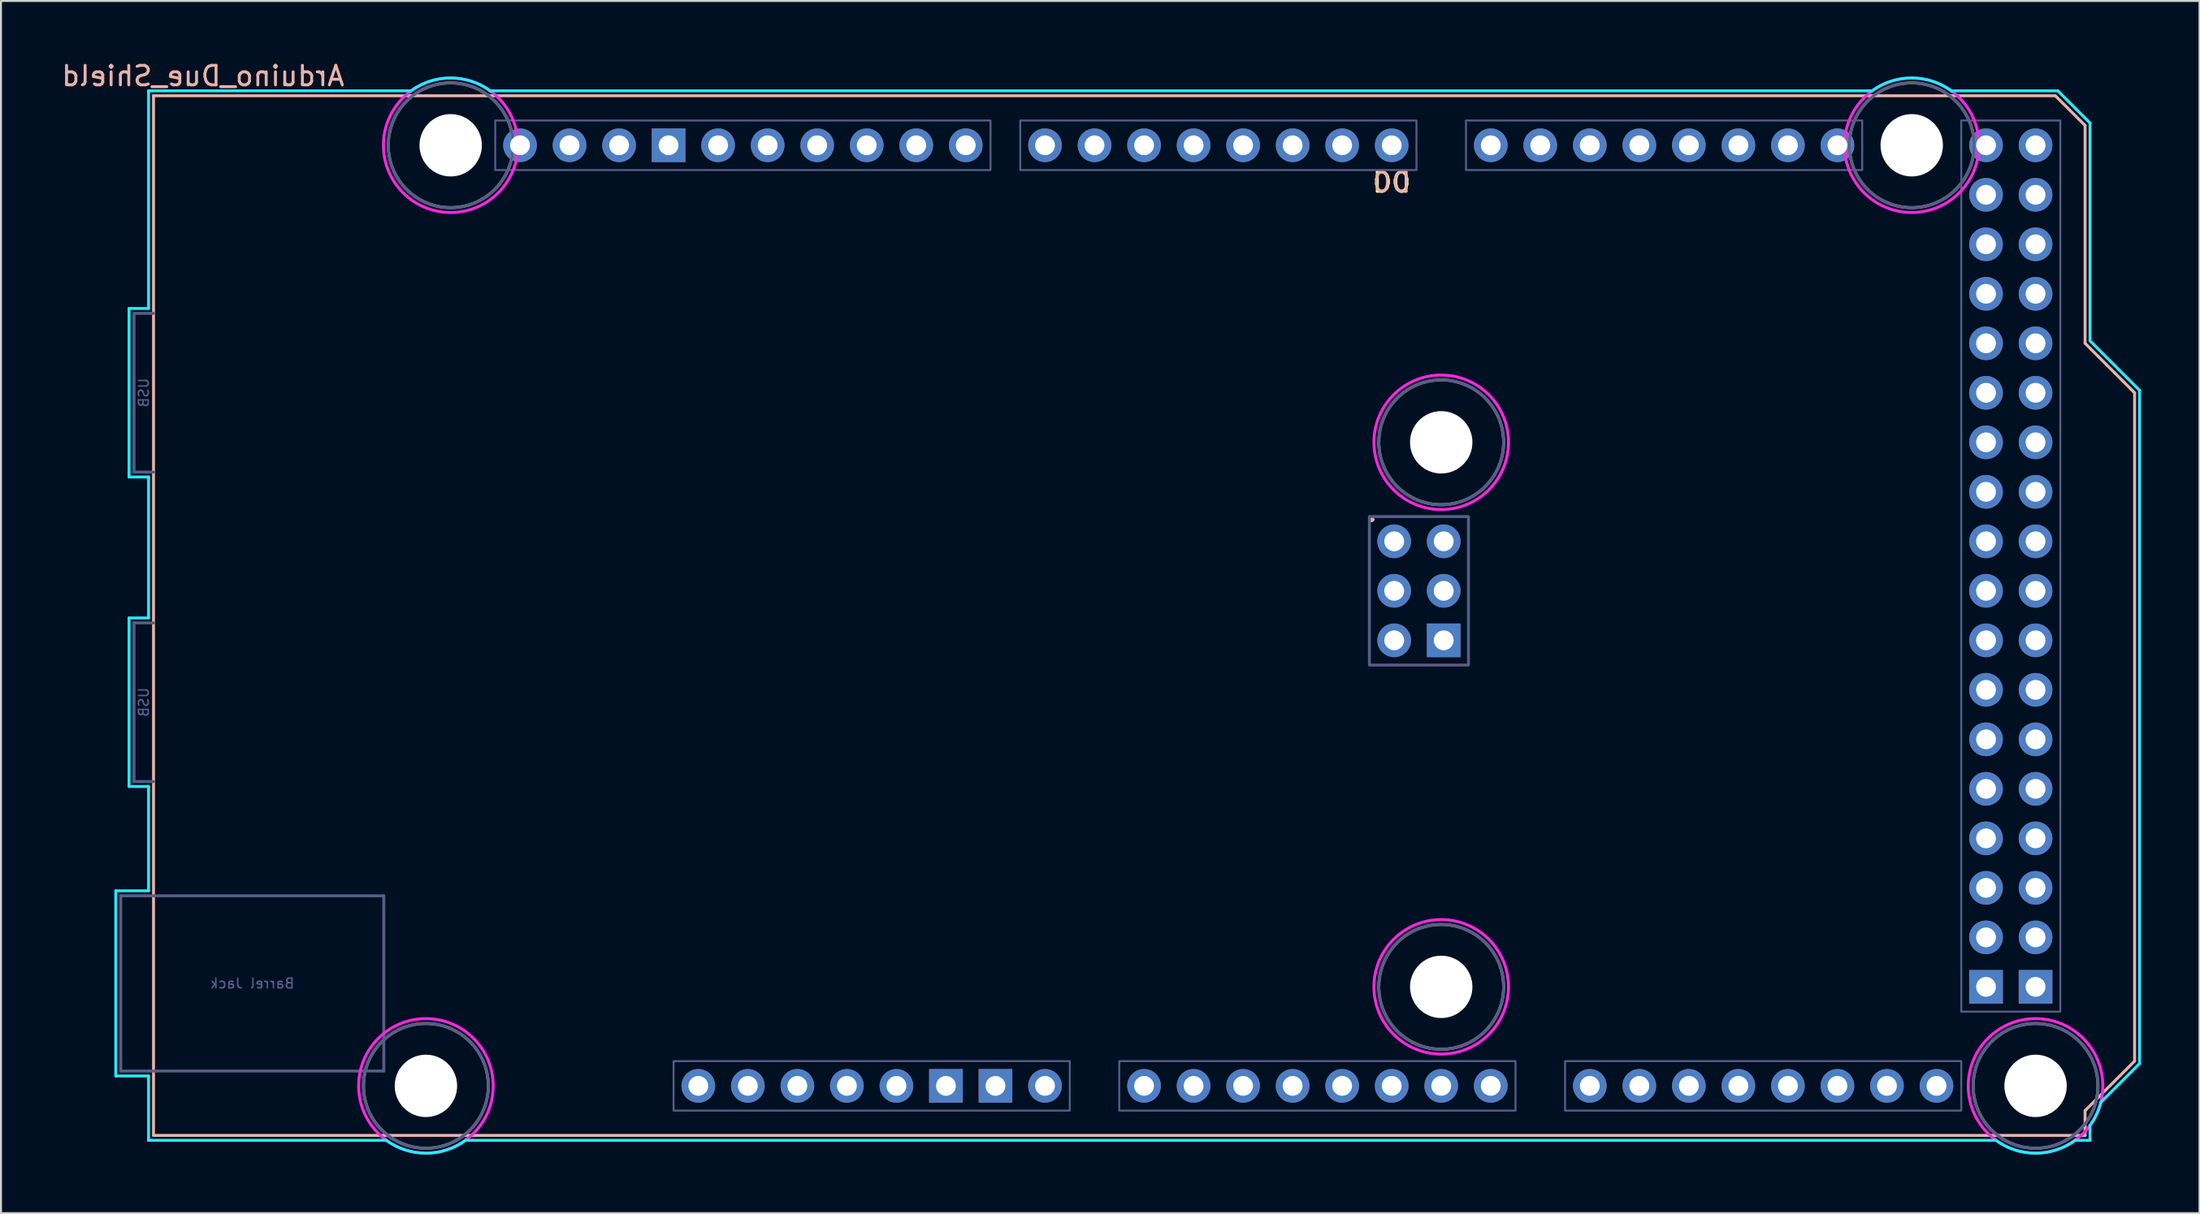
<source format=kicad_pcb>
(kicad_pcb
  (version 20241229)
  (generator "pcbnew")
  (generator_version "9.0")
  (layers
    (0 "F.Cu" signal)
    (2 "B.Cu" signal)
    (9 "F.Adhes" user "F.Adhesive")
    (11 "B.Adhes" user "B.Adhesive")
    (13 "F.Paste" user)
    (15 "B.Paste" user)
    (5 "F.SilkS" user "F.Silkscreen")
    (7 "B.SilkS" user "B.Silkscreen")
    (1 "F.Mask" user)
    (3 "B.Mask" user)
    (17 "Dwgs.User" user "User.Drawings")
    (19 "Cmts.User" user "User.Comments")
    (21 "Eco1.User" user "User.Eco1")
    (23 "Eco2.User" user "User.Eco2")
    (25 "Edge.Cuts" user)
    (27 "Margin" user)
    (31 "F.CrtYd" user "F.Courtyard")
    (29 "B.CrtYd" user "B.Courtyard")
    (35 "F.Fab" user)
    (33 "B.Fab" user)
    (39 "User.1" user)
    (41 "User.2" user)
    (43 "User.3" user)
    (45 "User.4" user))
  (footprint "Arduino_Due_Shield"
    (layer "F.Cu")
    (at 4.823 55.204)
    (property "Reference" "Arduino_Due_Shield" (at 2.54 -54.356 0) (layer "B.SilkS") (effects (font (size 1 1) (thickness 0.15)) (justify mirror)))
    (attr through_hole)
    (fp_line (start 0 -53.34) (end 0 0) (stroke (width 0.15) (type solid)) (layer "B.SilkS"))
    (fp_line (start 0 -53.34) (end 97.536 -53.34) (stroke (width 0.15) (type solid)) (layer "B.SilkS"))
    (fp_line (start 0 0) (end 99.06 0) (stroke (width 0.15) (type solid)) (layer "B.SilkS"))
    (fp_line (start 97.536 -53.34) (end 99.06 -51.816) (stroke (width 0.15) (type solid)) (layer "B.SilkS"))
    (fp_line (start 99.06 -40.64) (end 99.06 -51.816) (stroke (width 0.15) (type solid)) (layer "B.SilkS"))
    (fp_line (start 99.06 -1.27) (end 101.6 -3.81) (stroke (width 0.15) (type solid)) (layer "B.SilkS"))
    (fp_line (start 99.06 0) (end 99.06 -1.27) (stroke (width 0.15) (type solid)) (layer "B.SilkS"))
    (fp_line (start 101.6 -38.1) (end 99.06 -40.64) (stroke (width 0.15) (type solid)) (layer "B.SilkS"))
    (fp_line (start 101.6 -3.81) (end 101.6 -38.1) (stroke (width 0.15) (type solid)) (layer "B.SilkS"))
    (fp_line (start -1.934 -12.548) (end -1.934 -3.049) (stroke (width 0.15) (type solid)) (layer "B.CrtYd"))
    (fp_line (start -1.934 -12.548) (end -0.254 -12.548) (stroke (width 0.15) (type solid)) (layer "B.CrtYd"))
    (fp_line (start -1.934 -3.049) (end -0.254 -3.049) (stroke (width 0.15) (type solid)) (layer "B.CrtYd"))
    (fp_line (start -1.254 -42.428) (end -0.254 -42.428) (stroke (width 0.15) (type solid)) (layer "B.CrtYd"))
    (fp_line (start -1.254 -33.78) (end -1.254 -42.428) (stroke (width 0.15) (type solid)) (layer "B.CrtYd"))
    (fp_line (start -1.254 -33.78) (end -0.254 -33.78) (stroke (width 0.15) (type solid)) (layer "B.CrtYd"))
    (fp_line (start -1.254 -26.548) (end -0.254 -26.548) (stroke (width 0.15) (type solid)) (layer "B.CrtYd"))
    (fp_line (start -1.254 -17.9) (end -1.254 -26.548) (stroke (width 0.15) (type solid)) (layer "B.CrtYd"))
    (fp_line (start -1.254 -17.9) (end -0.254 -17.9) (stroke (width 0.15) (type solid)) (layer "B.CrtYd"))
    (fp_line (start -0.254 -53.594) (end -0.254 -42.428) (stroke (width 0.15) (type solid)) (layer "B.CrtYd"))
    (fp_line (start -0.254 -33.78) (end -0.254 -26.548) (stroke (width 0.15) (type solid)) (layer "B.CrtYd"))
    (fp_line (start -0.254 -17.9) (end -0.254 -12.548) (stroke (width 0.15) (type solid)) (layer "B.CrtYd"))
    (fp_line (start -0.254 -3.049) (end -0.254 0.254) (stroke (width 0.15) (type solid)) (layer "B.CrtYd"))
    (fp_line (start 11.938 0.254) (end -0.254 0.254) (stroke (width 0.15) (type solid)) (layer "B.CrtYd"))
    (fp_line (start 13.208 -53.594) (end -0.254 -53.594) (stroke (width 0.15) (type solid)) (layer "B.CrtYd"))
    (fp_line (start 16.002 0.254) (end 94.488 0.254) (stroke (width 0.15) (type solid)) (layer "B.CrtYd"))
    (fp_line (start 17.272 -53.594) (end 88.138 -53.594) (stroke (width 0.15) (type solid)) (layer "B.CrtYd"))
    (fp_line (start 97.663 -53.594) (end 92.202 -53.594) (stroke (width 0.15) (type solid)) (layer "B.CrtYd"))
    (fp_line (start 97.663 -53.594) (end 99.314 -51.943) (stroke (width 0.15) (type solid)) (layer "B.CrtYd"))
    (fp_line (start 99.314 -40.767) (end 99.314 -51.943) (stroke (width 0.15) (type solid)) (layer "B.CrtYd"))
    (fp_line (start 99.314 0.254) (end 98.552 0.254) (stroke (width 0.15) (type solid)) (layer "B.CrtYd"))
    (fp_line (start 99.314 0.254) (end 99.314 -0.508) (stroke (width 0.15) (type solid)) (layer "B.CrtYd"))
    (fp_line (start 99.873 -1.702) (end 101.854 -3.683) (stroke (width 0.15) (type solid)) (layer "B.CrtYd"))
    (fp_line (start 101.854 -38.227) (end 99.314 -40.767) (stroke (width 0.15) (type solid)) (layer "B.CrtYd"))
    (fp_line (start 101.854 -3.683) (end 101.854 -38.227) (stroke (width 0.15) (type solid)) (layer "B.CrtYd"))
    (fp_arc (start 13.208 -53.594) (mid 15.24 -54.254237) (end 17.272 -53.594) (stroke (width 0.15) (type solid)) (layer "B.CrtYd"))
    (fp_arc (start 16.002 0.254) (mid 13.97 0.914237) (end 11.938 0.254) (stroke (width 0.15) (type solid)) (layer "B.CrtYd"))
    (fp_arc (start 88.138 -53.594) (mid 90.17 -54.254237) (end 92.202 -53.594) (stroke (width 0.15) (type solid)) (layer "B.CrtYd"))
    (fp_arc (start 98.552 0.254) (mid 96.52 0.914237) (end 94.488 0.254) (stroke (width 0.15) (type solid)) (layer "B.CrtYd"))
    (fp_arc (start 99.8728 -1.7018) (mid 99.650917 -1.077977) (end 99.314 -0.508) (stroke (width 0.15) (type solid)) (layer "B.CrtYd"))
    (fp_circle (center 13.97 -2.54) (end 17.42 -2.54) (stroke (width 0.15) (type solid)) (fill no) (layer "F.CrtYd"))
    (fp_circle (center 15.24 -50.8) (end 18.69 -50.8) (stroke (width 0.15) (type solid)) (fill no) (layer "F.CrtYd"))
    (fp_circle (center 66.04 -35.56) (end 69.49 -35.56) (stroke (width 0.15) (type solid)) (fill no) (layer "F.CrtYd"))
    (fp_circle (center 66.04 -7.62) (end 69.49 -7.62) (stroke (width 0.15) (type solid)) (fill no) (layer "F.CrtYd"))
    (fp_circle (center 90.17 -50.8) (end 93.62 -50.8) (stroke (width 0.15) (type solid)) (fill no) (layer "F.CrtYd"))
    (fp_circle (center 96.52 -2.54) (end 99.97 -2.54) (stroke (width 0.15) (type solid)) (fill no) (layer "F.CrtYd"))
    (fp_line (start -1.68 -12.294) (end -1.68 -3.303) (stroke (width 0.15) (type solid)) (layer "B.Fab"))
    (fp_line (start -1.68 -12.294) (end 11.81 -12.294) (stroke (width 0.15) (type solid)) (layer "B.Fab"))
    (fp_line (start -1.68 -3.303) (end 11.81 -3.303) (stroke (width 0.15) (type solid)) (layer "B.Fab"))
    (fp_line (start -1 -42.174) (end 0 -42.174) (stroke (width 0.15) (type solid)) (layer "B.Fab"))
    (fp_line (start -1 -34.034) (end -1 -42.174) (stroke (width 0.15) (type solid)) (layer "B.Fab"))
    (fp_line (start -1 -26.294) (end 0 -26.294) (stroke (width 0.15) (type solid)) (layer "B.Fab"))
    (fp_line (start -1 -18.154) (end -1 -26.294) (stroke (width 0.15) (type solid)) (layer "B.Fab"))
    (fp_line (start 0 -34.034) (end -1 -34.034) (stroke (width 0.15) (type solid)) (layer "B.Fab"))
    (fp_line (start 0 -18.154) (end -1 -18.154) (stroke (width 0.15) (type solid)) (layer "B.Fab"))
    (fp_line (start 11.81 -12.294) (end 11.81 -3.303) (stroke (width 0.15) (type solid)) (layer "B.Fab"))
    (fp_rect (start 17.526 -52.07) (end 42.926 -49.53) (stroke (width 0.1) (type solid)) (fill no) (layer "B.Fab"))
    (fp_rect (start 26.67 -3.81) (end 46.99 -1.27) (stroke (width 0.1) (type solid)) (fill no) (layer "B.Fab"))
    (fp_rect (start 44.45 -52.07) (end 64.77 -49.53) (stroke (width 0.1) (type solid)) (fill no) (layer "B.Fab"))
    (fp_rect (start 49.53 -3.81) (end 69.85 -1.27) (stroke (width 0.1) (type solid)) (fill no) (layer "B.Fab"))
    (fp_rect (start 62.357 -31.75) (end 67.437 -24.13) (stroke (width 0.15) (type solid)) (fill no) (layer "B.Fab"))
    (fp_rect (start 67.31 -52.07) (end 87.63 -49.53) (stroke (width 0.1) (type solid)) (fill no) (layer "B.Fab"))
    (fp_rect (start 72.39 -3.81) (end 92.71 -1.27) (stroke (width 0.1) (type solid)) (fill no) (layer "B.Fab"))
    (fp_rect (start 92.71 -52.07) (end 97.79 -6.35) (stroke (width 0.1) (type solid)) (fill no) (layer "B.Fab"))
    (fp_circle (center 13.97 -2.54) (end 17.17 -2.54) (stroke (width 0.15) (type solid)) (fill no) (layer "B.Fab"))
    (fp_circle (center 15.24 -50.8) (end 18.44 -50.8) (stroke (width 0.15) (type solid)) (fill no) (layer "B.Fab"))
    (fp_circle (center 66.04 -35.56) (end 69.24 -35.56) (stroke (width 0.15) (type solid)) (fill no) (layer "B.Fab"))
    (fp_circle (center 66.04 -7.62) (end 69.24 -7.62) (stroke (width 0.15) (type solid)) (fill no) (layer "B.Fab"))
    (fp_circle (center 90.17 -50.8) (end 93.37 -50.8) (stroke (width 0.15) (type solid)) (fill no) (layer "B.Fab"))
    (fp_circle (center 96.52 -2.54) (end 99.72 -2.54) (stroke (width 0.15) (type solid)) (fill no) (layer "B.Fab"))
    (fp_circle (center 13.97 -2.54) (end 17.17 -2.54) (stroke (width 0.15) (type solid)) (fill no) (layer "F.Fab"))
    (fp_circle (center 15.24 -50.8) (end 18.44 -50.8) (stroke (width 0.15) (type solid)) (fill no) (layer "F.Fab"))
    (fp_circle (center 66.04 -35.56) (end 69.24 -35.56) (stroke (width 0.15) (type solid)) (fill no) (layer "F.Fab"))
    (fp_circle (center 66.04 -7.62) (end 69.24 -7.62) (stroke (width 0.15) (type solid)) (fill no) (layer "F.Fab"))
    (fp_circle (center 90.17 -50.8) (end 93.37 -50.8) (stroke (width 0.15) (type solid)) (fill no) (layer "F.Fab"))
    (fp_circle (center 96.52 -2.54) (end 99.72 -2.54) (stroke (width 0.15) (type solid)) (fill no) (layer "F.Fab"))
    (fp_text user "." (at 62.484 -32.004 0) (layer "F.SilkS") (effects (font (size 1 1) (thickness 0.15))))
    (fp_text user "D0" (at 63.5 -48.895 0) (unlocked yes) (layer "F.SilkS") (effects (font (size 1 1) (thickness 0.15))))
    (fp_text user "D0" (at 63.5 -48.895 0) (unlocked yes) (layer "B.SilkS") (effects (font (size 1 1) (thickness 0.15)) (justify mirror)))
    (fp_text user "." (at 62.484 -32.004 0) (layer "B.SilkS") (effects (font (size 1 1) (thickness 0.15))))
    (fp_text user "Barrel Jack" (at 5.065 -7.798 0) (layer "B.Fab") (effects (font (size 0.5 0.5) (thickness 0.075)) (justify mirror)))
    (fp_text user "USB" (at -0.5 -22.224 270) (layer "B.Fab") (effects (font (size 0.5 0.5) (thickness 0.075)) (justify mirror)))
    (fp_text user "USB" (at -0.5 -38.104 270) (layer "B.Fab") (effects (font (size 0.5 0.5) (thickness 0.075)) (justify mirror)))
    (pad "" np_thru_hole circle (at 13.97 -2.54) (size 3.2 3.2) (drill 3.2) (layers "*.Cu" "*.Mask"))
    (pad "" np_thru_hole circle (at 15.24 -50.8) (size 3.2 3.2) (drill 3.2) (layers "*.Cu" "*.Mask"))
    (pad "" thru_hole oval (at 27.94 -2.54) (size 1.727 1.727) (drill 1.016) (layers "*.Cu" "*.Mask"))
    (pad "" np_thru_hole circle (at 66.04 -35.56) (size 3.2 3.2) (drill 3.2) (layers "*.Cu" "*.Mask"))
    (pad "" np_thru_hole circle (at 66.04 -7.62) (size 3.2 3.2) (drill 3.2) (layers "*.Cu" "*.Mask"))
    (pad "" np_thru_hole circle (at 90.17 -50.8) (size 3.2 3.2) (drill 3.2) (layers "*.Cu" "*.Mask"))
    (pad "" np_thru_hole circle (at 96.52 -2.54) (size 3.2 3.2) (drill 3.2) (layers "*.Cu" "*.Mask"))
    (pad "0" thru_hole oval (at 63.5 -50.8) (size 1.727 1.727) (drill 1.016) (layers "*.Cu" "*.Mask"))
    (pad "1" thru_hole oval (at 60.96 -50.8) (size 1.727 1.727) (drill 1.016) (layers "*.Cu" "*.Mask"))
    (pad "2" thru_hole oval (at 58.42 -50.8) (size 1.727 1.727) (drill 1.016) (layers "*.Cu" "*.Mask"))
    (pad "3" thru_hole oval (at 55.88 -50.8) (size 1.727 1.727) (drill 1.016) (layers "*.Cu" "*.Mask"))
    (pad "3V3" thru_hole oval (at 35.56 -2.54) (size 1.727 1.727) (drill 1.016) (layers "*.Cu" "*.Mask"))
    (pad "4" thru_hole oval (at 53.34 -50.8) (size 1.727 1.727) (drill 1.016) (layers "*.Cu" "*.Mask"))
    (pad "5" thru_hole oval (at 50.8 -50.8) (size 1.727 1.727) (drill 1.016) (layers "*.Cu" "*.Mask"))
    (pad "5V2" thru_hole oval (at 66.167 -30.48) (size 1.727 1.727) (drill 1.016) (layers "*.Cu" "*.Mask"))
    (pad "5V_1" thru_hole oval (at 38.1 -2.54) (size 1.727 1.727) (drill 1.016) (layers "*.Cu" "*.Mask"))
    (pad "5V_2" thru_hole oval (at 93.98 -50.8) (size 1.727 1.727) (drill 1.016) (layers "*.Cu" "*.Mask"))
    (pad "5V_3" thru_hole oval (at 96.52 -50.8) (size 1.727 1.727) (drill 1.016) (layers "*.Cu" "*.Mask"))
    (pad "6" thru_hole oval (at 48.26 -50.8) (size 1.727 1.727) (drill 1.016) (layers "*.Cu" "*.Mask"))
    (pad "7" thru_hole oval (at 45.72 -50.8) (size 1.727 1.727) (drill 1.016) (layers "*.Cu" "*.Mask"))
    (pad "8" thru_hole oval (at 41.656 -50.8) (size 1.727 1.727) (drill 1.016) (layers "*.Cu" "*.Mask"))
    (pad "9" thru_hole oval (at 39.116 -50.8) (size 1.727 1.727) (drill 1.016) (layers "*.Cu" "*.Mask"))
    (pad "10" thru_hole oval (at 36.576 -50.8) (size 1.727 1.727) (drill 1.016) (layers "*.Cu" "*.Mask"))
    (pad "11" thru_hole oval (at 34.036 -50.8) (size 1.727 1.727) (drill 1.016) (layers "*.Cu" "*.Mask"))
    (pad "12" thru_hole oval (at 31.496 -50.8) (size 1.727 1.727) (drill 1.016) (layers "*.Cu" "*.Mask"))
    (pad "13" thru_hole oval (at 28.956 -50.8) (size 1.727 1.727) (drill 1.016) (layers "*.Cu" "*.Mask"))
    (pad "14" thru_hole oval (at 68.58 -50.8) (size 1.727 1.727) (drill 1.016) (layers "*.Cu" "*.Mask"))
    (pad "15" thru_hole oval (at 71.12 -50.8) (size 1.727 1.727) (drill 1.016) (layers "*.Cu" "*.Mask"))
    (pad "16" thru_hole oval (at 73.66 -50.8) (size 1.727 1.727) (drill 1.016) (layers "*.Cu" "*.Mask"))
    (pad "17" thru_hole oval (at 76.2 -50.8) (size 1.727 1.727) (drill 1.016) (layers "*.Cu" "*.Mask"))
    (pad "18" thru_hole oval (at 78.74 -50.8) (size 1.727 1.727) (drill 1.016) (layers "*.Cu" "*.Mask"))
    (pad "19" thru_hole oval (at 81.28 -50.8) (size 1.727 1.727) (drill 1.016) (layers "*.Cu" "*.Mask"))
    (pad "20" thru_hole oval (at 83.82 -50.8) (size 1.727 1.727) (drill 1.016) (layers "*.Cu" "*.Mask"))
    (pad "21" thru_hole oval (at 86.36 -50.8) (size 1.727 1.727) (drill 1.016) (layers "*.Cu" "*.Mask"))
    (pad "22" thru_hole oval (at 93.98 -48.26) (size 1.727 1.727) (drill 1.016) (layers "*.Cu" "*.Mask"))
    (pad "23" thru_hole oval (at 96.52 -48.26) (size 1.727 1.727) (drill 1.016) (layers "*.Cu" "*.Mask"))
    (pad "24" thru_hole oval (at 93.98 -45.72) (size 1.727 1.727) (drill 1.016) (layers "*.Cu" "*.Mask"))
    (pad "25" thru_hole oval (at 96.52 -45.72) (size 1.727 1.727) (drill 1.016) (layers "*.Cu" "*.Mask"))
    (pad "26" thru_hole oval (at 93.98 -43.18) (size 1.727 1.727) (drill 1.016) (layers "*.Cu" "*.Mask"))
    (pad "27" thru_hole oval (at 96.52 -43.18) (size 1.727 1.727) (drill 1.016) (layers "*.Cu" "*.Mask"))
    (pad "28" thru_hole oval (at 93.98 -40.64) (size 1.727 1.727) (drill 1.016) (layers "*.Cu" "*.Mask"))
    (pad "29" thru_hole oval (at 96.52 -40.64) (size 1.727 1.727) (drill 1.016) (layers "*.Cu" "*.Mask"))
    (pad "30" thru_hole oval (at 93.98 -38.1) (size 1.727 1.727) (drill 1.016) (layers "*.Cu" "*.Mask"))
    (pad "31" thru_hole oval (at 96.52 -38.1) (size 1.727 1.727) (drill 1.016) (layers "*.Cu" "*.Mask"))
    (pad "32" thru_hole oval (at 93.98 -35.56) (size 1.727 1.727) (drill 1.016) (layers "*.Cu" "*.Mask"))
    (pad "33" thru_hole oval (at 96.52 -35.56) (size 1.727 1.727) (drill 1.016) (layers "*.Cu" "*.Mask"))
    (pad "34" thru_hole oval (at 93.98 -33.02) (size 1.727 1.727) (drill 1.016) (layers "*.Cu" "*.Mask"))
    (pad "35" thru_hole oval (at 96.52 -33.02) (size 1.727 1.727) (drill 1.016) (layers "*.Cu" "*.Mask"))
    (pad "36" thru_hole oval (at 93.98 -30.48) (size 1.727 1.727) (drill 1.016) (layers "*.Cu" "*.Mask"))
    (pad "37" thru_hole oval (at 96.52 -30.48) (size 1.727 1.727) (drill 1.016) (layers "*.Cu" "*.Mask"))
    (pad "38" thru_hole oval (at 93.98 -27.94) (size 1.727 1.727) (drill 1.016) (layers "*.Cu" "*.Mask"))
    (pad "39" thru_hole oval (at 96.52 -27.94) (size 1.727 1.727) (drill 1.016) (layers "*.Cu" "*.Mask"))
    (pad "40" thru_hole oval (at 93.98 -25.4) (size 1.727 1.727) (drill 1.016) (layers "*.Cu" "*.Mask"))
    (pad "41" thru_hole oval (at 96.52 -25.4) (size 1.727 1.727) (drill 1.016) (layers "*.Cu" "*.Mask"))
    (pad "42" thru_hole oval (at 93.98 -22.86) (size 1.727 1.727) (drill 1.016) (layers "*.Cu" "*.Mask"))
    (pad "43" thru_hole oval (at 96.52 -22.86) (size 1.727 1.727) (drill 1.016) (layers "*.Cu" "*.Mask"))
    (pad "44" thru_hole oval (at 93.98 -20.32) (size 1.727 1.727) (drill 1.016) (layers "*.Cu" "*.Mask"))
    (pad "45" thru_hole oval (at 96.52 -20.32) (size 1.727 1.727) (drill 1.016) (layers "*.Cu" "*.Mask"))
    (pad "46" thru_hole oval (at 93.98 -17.78) (size 1.727 1.727) (drill 1.016) (layers "*.Cu" "*.Mask"))
    (pad "47" thru_hole oval (at 96.52 -17.78) (size 1.727 1.727) (drill 1.016) (layers "*.Cu" "*.Mask"))
    (pad "48" thru_hole oval (at 93.98 -15.24) (size 1.727 1.727) (drill 1.016) (layers "*.Cu" "*.Mask"))
    (pad "49" thru_hole oval (at 96.52 -15.24) (size 1.727 1.727) (drill 1.016) (layers "*.Cu" "*.Mask"))
    (pad "50" thru_hole oval (at 93.98 -12.7) (size 1.727 1.727) (drill 1.016) (layers "*.Cu" "*.Mask"))
    (pad "51" thru_hole oval (at 96.52 -12.7) (size 1.727 1.727) (drill 1.016) (layers "*.Cu" "*.Mask"))
    (pad "52" thru_hole oval (at 93.98 -10.16) (size 1.727 1.727) (drill 1.016) (layers "*.Cu" "*.Mask"))
    (pad "53" thru_hole oval (at 96.52 -10.16) (size 1.727 1.727) (drill 1.016) (layers "*.Cu" "*.Mask"))
    (pad "AD0" thru_hole oval (at 50.8 -2.54) (size 1.727 1.727) (drill 1.016) (layers "*.Cu" "*.Mask"))
    (pad "AD1" thru_hole oval (at 53.34 -2.54) (size 1.727 1.727) (drill 1.016) (layers "*.Cu" "*.Mask"))
    (pad "AD2" thru_hole oval (at 55.88 -2.54) (size 1.727 1.727) (drill 1.016) (layers "*.Cu" "*.Mask"))
    (pad "AD3" thru_hole oval (at 58.42 -2.54) (size 1.727 1.727) (drill 1.016) (layers "*.Cu" "*.Mask"))
    (pad "AD4" thru_hole oval (at 60.96 -2.54) (size 1.727 1.727) (drill 1.016) (layers "*.Cu" "*.Mask"))
    (pad "AD5" thru_hole oval (at 63.5 -2.54) (size 1.727 1.727) (drill 1.016) (layers "*.Cu" "*.Mask"))
    (pad "AD6" thru_hole oval (at 66.04 -2.54) (size 1.727 1.727) (drill 1.016) (layers "*.Cu" "*.Mask"))
    (pad "AD7" thru_hole oval (at 68.58 -2.54) (size 1.727 1.727) (drill 1.016) (layers "*.Cu" "*.Mask"))
    (pad "AD8" thru_hole oval (at 73.66 -2.54) (size 1.727 1.727) (drill 1.016) (layers "*.Cu" "*.Mask"))
    (pad "AD9" thru_hole oval (at 76.2 -2.54) (size 1.727 1.727) (drill 1.016) (layers "*.Cu" "*.Mask"))
    (pad "AD10" thru_hole oval (at 78.74 -2.54) (size 1.727 1.727) (drill 1.016) (layers "*.Cu" "*.Mask"))
    (pad "AD11" thru_hole oval (at 81.28 -2.54) (size 1.727 1.727) (drill 1.016) (layers "*.Cu" "*.Mask"))
    (pad "AREF" thru_hole oval (at 23.876 -50.8) (size 1.727 1.727) (drill 1.016) (layers "*.Cu" "*.Mask"))
    (pad "CANRX0" thru_hole oval (at 88.9 -2.54) (size 1.727 1.727) (drill 1.016) (layers "*.Cu" "*.Mask"))
    (pad "CANTX0" thru_hole oval (at 91.44 -2.54) (size 1.727 1.727) (drill 1.016) (layers "*.Cu" "*.Mask"))
    (pad "DAC0" thru_hole oval (at 83.82 -2.54) (size 1.727 1.727) (drill 1.016) (layers "*.Cu" "*.Mask"))
    (pad "DAC1" thru_hole oval (at 86.36 -2.54) (size 1.727 1.727) (drill 1.016) (layers "*.Cu" "*.Mask"))
    (pad "GND1" thru_hole rect (at 40.64 -2.54) (size 1.727 1.727) (drill 1.016) (layers "*.Cu" "*.Mask"))
    (pad "GND2" thru_hole rect (at 43.18 -2.54) (size 1.727 1.727) (drill 1.016) (layers "*.Cu" "*.Mask"))
    (pad "GND3" thru_hole rect (at 26.416 -50.8) (size 1.727 1.727) (drill 1.016) (layers "*.Cu" "*.Mask"))
    (pad "GND4" thru_hole rect (at 66.167 -25.4) (size 1.727 1.727) (drill 1.016) (layers "*.Cu" "*.Mask"))
    (pad "GND4" thru_hole rect (at 93.98 -7.62) (size 1.727 1.727) (drill 1.016) (layers "*.Cu" "*.Mask"))
    (pad "GND5" thru_hole rect (at 96.52 -7.62) (size 1.727 1.727) (drill 1.016) (layers "*.Cu" "*.Mask"))
    (pad "IOREF" thru_hole oval (at 30.48 -2.54) (size 1.727 1.727) (drill 1.016) (layers "*.Cu" "*.Mask"))
    (pad "MISO" thru_hole oval (at 63.627 -30.48) (size 1.727 1.727) (drill 1.016) (layers "*.Cu" "*.Mask"))
    (pad "MOSI" thru_hole oval (at 66.167 -27.94) (size 1.727 1.727) (drill 1.016) (layers "*.Cu" "*.Mask"))
    (pad "RESET" thru_hole oval (at 33.02 -2.54) (size 1.727 1.727) (drill 1.016) (layers "*.Cu" "*.Mask"))
    (pad "RST2" thru_hole oval (at 63.627 -25.4) (size 1.727 1.727) (drill 1.016) (layers "*.Cu" "*.Mask"))
    (pad "SCK" thru_hole oval (at 63.627 -27.94) (size 1.727 1.727) (drill 1.016) (layers "*.Cu" "*.Mask"))
    (pad "SCL" thru_hole oval (at 18.796 -50.8) (size 1.727 1.727) (drill 1.016) (layers "*.Cu" "*.Mask"))
    (pad "SDA" thru_hole oval (at 21.336 -50.8) (size 1.727 1.727) (drill 1.016) (layers "*.Cu" "*.Mask"))
    (pad "VIN" thru_hole oval (at 45.72 -2.54) (size 1.727 1.727) (drill 1.016) (layers "*.Cu" "*.Mask")))
  (gr_rect
    (start -3 -3)
    (end 109.752 59.193)
    (stroke (width 0.1) (type default))
    (fill no)
    (layer "Edge.Cuts")))
</source>
